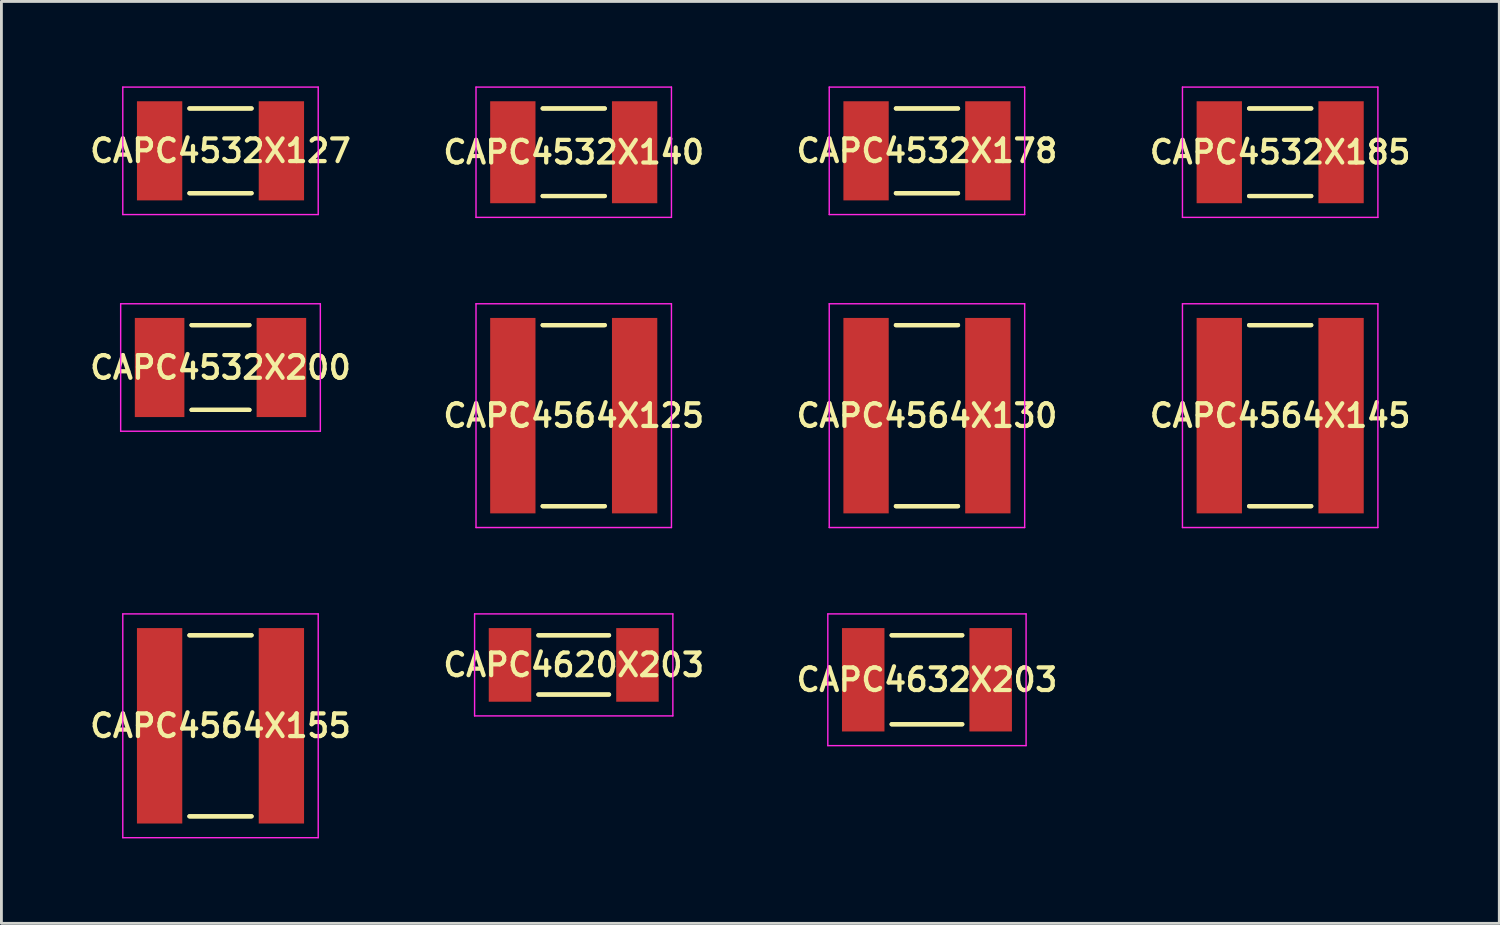
<source format=kicad_pcb>
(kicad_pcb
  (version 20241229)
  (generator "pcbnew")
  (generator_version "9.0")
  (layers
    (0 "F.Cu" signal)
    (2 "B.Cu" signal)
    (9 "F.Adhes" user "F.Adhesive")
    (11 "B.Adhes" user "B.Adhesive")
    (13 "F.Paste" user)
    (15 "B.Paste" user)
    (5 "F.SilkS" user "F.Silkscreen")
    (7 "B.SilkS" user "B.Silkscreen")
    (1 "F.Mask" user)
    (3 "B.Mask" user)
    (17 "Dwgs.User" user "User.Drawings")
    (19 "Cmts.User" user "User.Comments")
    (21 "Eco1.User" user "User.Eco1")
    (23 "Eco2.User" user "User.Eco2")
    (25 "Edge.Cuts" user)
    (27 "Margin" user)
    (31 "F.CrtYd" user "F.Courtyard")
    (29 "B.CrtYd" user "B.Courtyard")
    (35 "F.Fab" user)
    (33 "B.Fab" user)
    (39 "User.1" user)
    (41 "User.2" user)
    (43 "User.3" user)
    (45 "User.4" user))
  (footprint "CAPC4564X155"
    (layer "F.Cu")
    (at 4.735 22.575)
    (property "Reference" "CAPC4564X155" (at 0 0 0) (layer "F.SilkS") (effects (font (size 0.8 0.8) (thickness 0.15))))
    (attr smd)
    (fp_line (start -1.096 -3.196) (end 1.096 -3.196) (stroke (width 0.15) (type solid)) (layer "F.SilkS"))
    (fp_line (start -1.096 3.196) (end 1.096 3.196) (stroke (width 0.15) (type solid)) (layer "F.SilkS"))
    (fp_line (start 1.096 -3.196) (end -1.096 -3.196) (stroke (width 0.15) (type solid)) (layer "F.SilkS"))
    (fp_line (start 1.096 3.196) (end -1.096 3.196) (stroke (width 0.15) (type solid)) (layer "F.SilkS"))
    (fp_line (start -3.45 -3.95) (end 3.45 -3.95) (stroke (width 0.05) (type solid)) (layer "F.CrtYd"))
    (fp_line (start -3.45 3.95) (end -3.45 -3.95) (stroke (width 0.05) (type solid)) (layer "F.CrtYd"))
    (fp_line (start 3.45 -3.95) (end 3.45 3.95) (stroke (width 0.05) (type solid)) (layer "F.CrtYd"))
    (fp_line (start 3.45 3.95) (end -3.45 3.95) (stroke (width 0.05) (type solid)) (layer "F.CrtYd"))
    (pad "1" smd rect (at -2.15 0) (size 1.6 6.9) (layers "F.Cu" "F.Mask" "F.Paste"))
    (pad "2" smd rect (at 2.15 0) (size 1.6 6.9) (layers "F.Cu" "F.Mask" "F.Paste")))
  (footprint "CAPC4532X185"
    (layer "F.Cu")
    (at 42.148 2.325)
    (property "Reference" "CAPC4532X185" (at 0 0 0) (layer "F.SilkS") (effects (font (size 0.8 0.8) (thickness 0.15))))
    (attr smd)
    (fp_line (start -1.096 -1.546) (end 1.096 -1.546) (stroke (width 0.15) (type solid)) (layer "F.SilkS"))
    (fp_line (start -1.096 1.546) (end 1.096 1.546) (stroke (width 0.15) (type solid)) (layer "F.SilkS"))
    (fp_line (start 1.096 -1.546) (end -1.096 -1.546) (stroke (width 0.15) (type solid)) (layer "F.SilkS"))
    (fp_line (start 1.096 1.546) (end -1.096 1.546) (stroke (width 0.15) (type solid)) (layer "F.SilkS"))
    (fp_line (start -3.45 -2.3) (end 3.45 -2.3) (stroke (width 0.05) (type solid)) (layer "F.CrtYd"))
    (fp_line (start -3.45 2.3) (end -3.45 -2.3) (stroke (width 0.05) (type solid)) (layer "F.CrtYd"))
    (fp_line (start 3.45 -2.3) (end 3.45 2.3) (stroke (width 0.05) (type solid)) (layer "F.CrtYd"))
    (fp_line (start 3.45 2.3) (end -3.45 2.3) (stroke (width 0.05) (type solid)) (layer "F.CrtYd"))
    (pad "1" smd rect (at -2.15 0) (size 1.6 3.6) (layers "F.Cu" "F.Mask" "F.Paste"))
    (pad "2" smd rect (at 2.15 0) (size 1.6 3.6) (layers "F.Cu" "F.Mask" "F.Paste")))
  (footprint "CAPC4564X125"
    (layer "F.Cu")
    (at 17.206 11.625)
    (property "Reference" "CAPC4564X125" (at 0 0 0) (layer "F.SilkS") (effects (font (size 0.8 0.8) (thickness 0.15))))
    (attr smd)
    (fp_line (start -1.096 -3.196) (end 1.096 -3.196) (stroke (width 0.15) (type solid)) (layer "F.SilkS"))
    (fp_line (start -1.096 3.196) (end 1.096 3.196) (stroke (width 0.15) (type solid)) (layer "F.SilkS"))
    (fp_line (start 1.096 -3.196) (end -1.096 -3.196) (stroke (width 0.15) (type solid)) (layer "F.SilkS"))
    (fp_line (start 1.096 3.196) (end -1.096 3.196) (stroke (width 0.15) (type solid)) (layer "F.SilkS"))
    (fp_line (start -3.45 -3.95) (end 3.45 -3.95) (stroke (width 0.05) (type solid)) (layer "F.CrtYd"))
    (fp_line (start -3.45 3.95) (end -3.45 -3.95) (stroke (width 0.05) (type solid)) (layer "F.CrtYd"))
    (fp_line (start 3.45 -3.95) (end 3.45 3.95) (stroke (width 0.05) (type solid)) (layer "F.CrtYd"))
    (fp_line (start 3.45 3.95) (end -3.45 3.95) (stroke (width 0.05) (type solid)) (layer "F.CrtYd"))
    (pad "1" smd rect (at -2.15 0) (size 1.6 6.9) (layers "F.Cu" "F.Mask" "F.Paste"))
    (pad "2" smd rect (at 2.15 0) (size 1.6 6.9) (layers "F.Cu" "F.Mask" "F.Paste")))
  (footprint "CAPC4564X130"
    (layer "F.Cu")
    (at 29.677 11.625)
    (property "Reference" "CAPC4564X130" (at 0 0 0) (layer "F.SilkS") (effects (font (size 0.8 0.8) (thickness 0.15))))
    (attr smd)
    (fp_line (start -1.096 -3.196) (end 1.096 -3.196) (stroke (width 0.15) (type solid)) (layer "F.SilkS"))
    (fp_line (start -1.096 3.196) (end 1.096 3.196) (stroke (width 0.15) (type solid)) (layer "F.SilkS"))
    (fp_line (start 1.096 -3.196) (end -1.096 -3.196) (stroke (width 0.15) (type solid)) (layer "F.SilkS"))
    (fp_line (start 1.096 3.196) (end -1.096 3.196) (stroke (width 0.15) (type solid)) (layer "F.SilkS"))
    (fp_line (start -3.45 -3.95) (end 3.45 -3.95) (stroke (width 0.05) (type solid)) (layer "F.CrtYd"))
    (fp_line (start -3.45 3.95) (end -3.45 -3.95) (stroke (width 0.05) (type solid)) (layer "F.CrtYd"))
    (fp_line (start 3.45 -3.95) (end 3.45 3.95) (stroke (width 0.05) (type solid)) (layer "F.CrtYd"))
    (fp_line (start 3.45 3.95) (end -3.45 3.95) (stroke (width 0.05) (type solid)) (layer "F.CrtYd"))
    (pad "1" smd rect (at -2.15 0) (size 1.6 6.9) (layers "F.Cu" "F.Mask" "F.Paste"))
    (pad "2" smd rect (at 2.15 0) (size 1.6 6.9) (layers "F.Cu" "F.Mask" "F.Paste")))
  (footprint "CAPC4532X178"
    (layer "F.Cu")
    (at 29.677 2.275)
    (property "Reference" "CAPC4532X178" (at 0 0 0) (layer "F.SilkS") (effects (font (size 0.8 0.8) (thickness 0.15))))
    (attr smd)
    (fp_line (start -1.096 -1.496) (end 1.096 -1.496) (stroke (width 0.15) (type solid)) (layer "F.SilkS"))
    (fp_line (start -1.096 1.496) (end 1.096 1.496) (stroke (width 0.15) (type solid)) (layer "F.SilkS"))
    (fp_line (start 1.096 -1.496) (end -1.096 -1.496) (stroke (width 0.15) (type solid)) (layer "F.SilkS"))
    (fp_line (start 1.096 1.496) (end -1.096 1.496) (stroke (width 0.15) (type solid)) (layer "F.SilkS"))
    (fp_line (start -3.45 -2.25) (end 3.45 -2.25) (stroke (width 0.05) (type solid)) (layer "F.CrtYd"))
    (fp_line (start -3.45 2.25) (end -3.45 -2.25) (stroke (width 0.05) (type solid)) (layer "F.CrtYd"))
    (fp_line (start 3.45 -2.25) (end 3.45 2.25) (stroke (width 0.05) (type solid)) (layer "F.CrtYd"))
    (fp_line (start 3.45 2.25) (end -3.45 2.25) (stroke (width 0.05) (type solid)) (layer "F.CrtYd"))
    (pad "1" smd rect (at -2.15 0) (size 1.6 3.5) (layers "F.Cu" "F.Mask" "F.Paste"))
    (pad "2" smd rect (at 2.15 0) (size 1.6 3.5) (layers "F.Cu" "F.Mask" "F.Paste")))
  (footprint "CAPC4532X200"
    (layer "F.Cu")
    (at 4.735 9.925)
    (property "Reference" "CAPC4532X200" (at 0 0 0) (layer "F.SilkS") (effects (font (size 0.8 0.8) (thickness 0.15))))
    (attr smd)
    (fp_line (start -1.021 -1.496) (end 1.021 -1.496) (stroke (width 0.15) (type solid)) (layer "F.SilkS"))
    (fp_line (start -1.021 1.496) (end 1.021 1.496) (stroke (width 0.15) (type solid)) (layer "F.SilkS"))
    (fp_line (start 1.021 -1.496) (end -1.021 -1.496) (stroke (width 0.15) (type solid)) (layer "F.SilkS"))
    (fp_line (start 1.021 1.496) (end -1.021 1.496) (stroke (width 0.15) (type solid)) (layer "F.SilkS"))
    (fp_line (start -3.525 -2.25) (end 3.525 -2.25) (stroke (width 0.05) (type solid)) (layer "F.CrtYd"))
    (fp_line (start -3.525 2.25) (end -3.525 -2.25) (stroke (width 0.05) (type solid)) (layer "F.CrtYd"))
    (fp_line (start 3.525 -2.25) (end 3.525 2.25) (stroke (width 0.05) (type solid)) (layer "F.CrtYd"))
    (fp_line (start 3.525 2.25) (end -3.525 2.25) (stroke (width 0.05) (type solid)) (layer "F.CrtYd"))
    (pad "1" smd rect (at -2.15 0) (size 1.75 3.5) (layers "F.Cu" "F.Mask" "F.Paste"))
    (pad "2" smd rect (at 2.15 0) (size 1.75 3.5) (layers "F.Cu" "F.Mask" "F.Paste")))
  (footprint "CAPC4620X203"
    (layer "F.Cu")
    (at 17.206 20.425)
    (property "Reference" "CAPC4620X203" (at 0 0 0) (layer "F.SilkS") (effects (font (size 0.8 0.8) (thickness 0.15))))
    (attr smd)
    (fp_line (start -1.246 -1.046) (end 1.246 -1.046) (stroke (width 0.15) (type solid)) (layer "F.SilkS"))
    (fp_line (start -1.246 1.046) (end 1.246 1.046) (stroke (width 0.15) (type solid)) (layer "F.SilkS"))
    (fp_line (start 1.246 -1.046) (end -1.246 -1.046) (stroke (width 0.15) (type solid)) (layer "F.SilkS"))
    (fp_line (start 1.246 1.046) (end -1.246 1.046) (stroke (width 0.15) (type solid)) (layer "F.SilkS"))
    (fp_line (start -3.5 -1.8) (end 3.5 -1.8) (stroke (width 0.05) (type solid)) (layer "F.CrtYd"))
    (fp_line (start -3.5 1.8) (end -3.5 -1.8) (stroke (width 0.05) (type solid)) (layer "F.CrtYd"))
    (fp_line (start 3.5 -1.8) (end 3.5 1.8) (stroke (width 0.05) (type solid)) (layer "F.CrtYd"))
    (fp_line (start 3.5 1.8) (end -3.5 1.8) (stroke (width 0.05) (type solid)) (layer "F.CrtYd"))
    (pad "1" smd rect (at -2.25 0) (size 1.5 2.6) (layers "F.Cu" "F.Mask" "F.Paste"))
    (pad "2" smd rect (at 2.25 0) (size 1.5 2.6) (layers "F.Cu" "F.Mask" "F.Paste")))
  (footprint "CAPC4532X127"
    (layer "F.Cu")
    (at 4.735 2.275)
    (property "Reference" "CAPC4532X127" (at 0 0 0) (layer "F.SilkS") (effects (font (size 0.8 0.8) (thickness 0.15))))
    (attr smd)
    (fp_line (start -1.096 -1.496) (end 1.096 -1.496) (stroke (width 0.15) (type solid)) (layer "F.SilkS"))
    (fp_line (start -1.096 1.496) (end 1.096 1.496) (stroke (width 0.15) (type solid)) (layer "F.SilkS"))
    (fp_line (start 1.096 -1.496) (end -1.096 -1.496) (stroke (width 0.15) (type solid)) (layer "F.SilkS"))
    (fp_line (start 1.096 1.496) (end -1.096 1.496) (stroke (width 0.15) (type solid)) (layer "F.SilkS"))
    (fp_line (start -3.45 -2.25) (end 3.45 -2.25) (stroke (width 0.05) (type solid)) (layer "F.CrtYd"))
    (fp_line (start -3.45 2.25) (end -3.45 -2.25) (stroke (width 0.05) (type solid)) (layer "F.CrtYd"))
    (fp_line (start 3.45 -2.25) (end 3.45 2.25) (stroke (width 0.05) (type solid)) (layer "F.CrtYd"))
    (fp_line (start 3.45 2.25) (end -3.45 2.25) (stroke (width 0.05) (type solid)) (layer "F.CrtYd"))
    (pad "1" smd rect (at -2.15 0) (size 1.6 3.5) (layers "F.Cu" "F.Mask" "F.Paste"))
    (pad "2" smd rect (at 2.15 0) (size 1.6 3.5) (layers "F.Cu" "F.Mask" "F.Paste")))
  (footprint "CAPC4564X145"
    (layer "F.Cu")
    (at 42.148 11.625)
    (property "Reference" "CAPC4564X145" (at 0 0 0) (layer "F.SilkS") (effects (font (size 0.8 0.8) (thickness 0.15))))
    (attr smd)
    (fp_line (start -1.096 -3.196) (end 1.096 -3.196) (stroke (width 0.15) (type solid)) (layer "F.SilkS"))
    (fp_line (start -1.096 3.196) (end 1.096 3.196) (stroke (width 0.15) (type solid)) (layer "F.SilkS"))
    (fp_line (start 1.096 -3.196) (end -1.096 -3.196) (stroke (width 0.15) (type solid)) (layer "F.SilkS"))
    (fp_line (start 1.096 3.196) (end -1.096 3.196) (stroke (width 0.15) (type solid)) (layer "F.SilkS"))
    (fp_line (start -3.45 -3.95) (end 3.45 -3.95) (stroke (width 0.05) (type solid)) (layer "F.CrtYd"))
    (fp_line (start -3.45 3.95) (end -3.45 -3.95) (stroke (width 0.05) (type solid)) (layer "F.CrtYd"))
    (fp_line (start 3.45 -3.95) (end 3.45 3.95) (stroke (width 0.05) (type solid)) (layer "F.CrtYd"))
    (fp_line (start 3.45 3.95) (end -3.45 3.95) (stroke (width 0.05) (type solid)) (layer "F.CrtYd"))
    (pad "1" smd rect (at -2.15 0) (size 1.6 6.9) (layers "F.Cu" "F.Mask" "F.Paste"))
    (pad "2" smd rect (at 2.15 0) (size 1.6 6.9) (layers "F.Cu" "F.Mask" "F.Paste")))
  (footprint "CAPC4632X203"
    (layer "F.Cu")
    (at 29.677 20.95)
    (property "Reference" "CAPC4632X203" (at 0 0 0) (layer "F.SilkS") (effects (font (size 0.8 0.8) (thickness 0.15))))
    (attr smd)
    (fp_line (start -1.246 -1.571) (end 1.246 -1.571) (stroke (width 0.15) (type solid)) (layer "F.SilkS"))
    (fp_line (start -1.246 1.571) (end 1.246 1.571) (stroke (width 0.15) (type solid)) (layer "F.SilkS"))
    (fp_line (start 1.246 -1.571) (end -1.246 -1.571) (stroke (width 0.15) (type solid)) (layer "F.SilkS"))
    (fp_line (start 1.246 1.571) (end -1.246 1.571) (stroke (width 0.15) (type solid)) (layer "F.SilkS"))
    (fp_line (start -3.5 -2.325) (end 3.5 -2.325) (stroke (width 0.05) (type solid)) (layer "F.CrtYd"))
    (fp_line (start -3.5 2.325) (end -3.5 -2.325) (stroke (width 0.05) (type solid)) (layer "F.CrtYd"))
    (fp_line (start 3.5 -2.325) (end 3.5 2.325) (stroke (width 0.05) (type solid)) (layer "F.CrtYd"))
    (fp_line (start 3.5 2.325) (end -3.5 2.325) (stroke (width 0.05) (type solid)) (layer "F.CrtYd"))
    (pad "1" smd rect (at -2.25 0) (size 1.5 3.65) (layers "F.Cu" "F.Mask" "F.Paste"))
    (pad "2" smd rect (at 2.25 0) (size 1.5 3.65) (layers "F.Cu" "F.Mask" "F.Paste")))
  (footprint "CAPC4532X140"
    (layer "F.Cu")
    (at 17.206 2.325)
    (property "Reference" "CAPC4532X140" (at 0 0 0) (layer "F.SilkS") (effects (font (size 0.8 0.8) (thickness 0.15))))
    (attr smd)
    (fp_line (start -1.096 -1.546) (end 1.096 -1.546) (stroke (width 0.15) (type solid)) (layer "F.SilkS"))
    (fp_line (start -1.096 1.546) (end 1.096 1.546) (stroke (width 0.15) (type solid)) (layer "F.SilkS"))
    (fp_line (start 1.096 -1.546) (end -1.096 -1.546) (stroke (width 0.15) (type solid)) (layer "F.SilkS"))
    (fp_line (start 1.096 1.546) (end -1.096 1.546) (stroke (width 0.15) (type solid)) (layer "F.SilkS"))
    (fp_line (start -3.45 -2.3) (end 3.45 -2.3) (stroke (width 0.05) (type solid)) (layer "F.CrtYd"))
    (fp_line (start -3.45 2.3) (end -3.45 -2.3) (stroke (width 0.05) (type solid)) (layer "F.CrtYd"))
    (fp_line (start 3.45 -2.3) (end 3.45 2.3) (stroke (width 0.05) (type solid)) (layer "F.CrtYd"))
    (fp_line (start 3.45 2.3) (end -3.45 2.3) (stroke (width 0.05) (type solid)) (layer "F.CrtYd"))
    (pad "1" smd rect (at -2.15 0) (size 1.6 3.6) (layers "F.Cu" "F.Mask" "F.Paste"))
    (pad "2" smd rect (at 2.15 0) (size 1.6 3.6) (layers "F.Cu" "F.Mask" "F.Paste")))
  (gr_rect
    (start -3 -3)
    (end 49.884 29.55)
    (stroke (width 0.1) (type default))
    (fill no)
    (layer "Edge.Cuts")))
</source>
